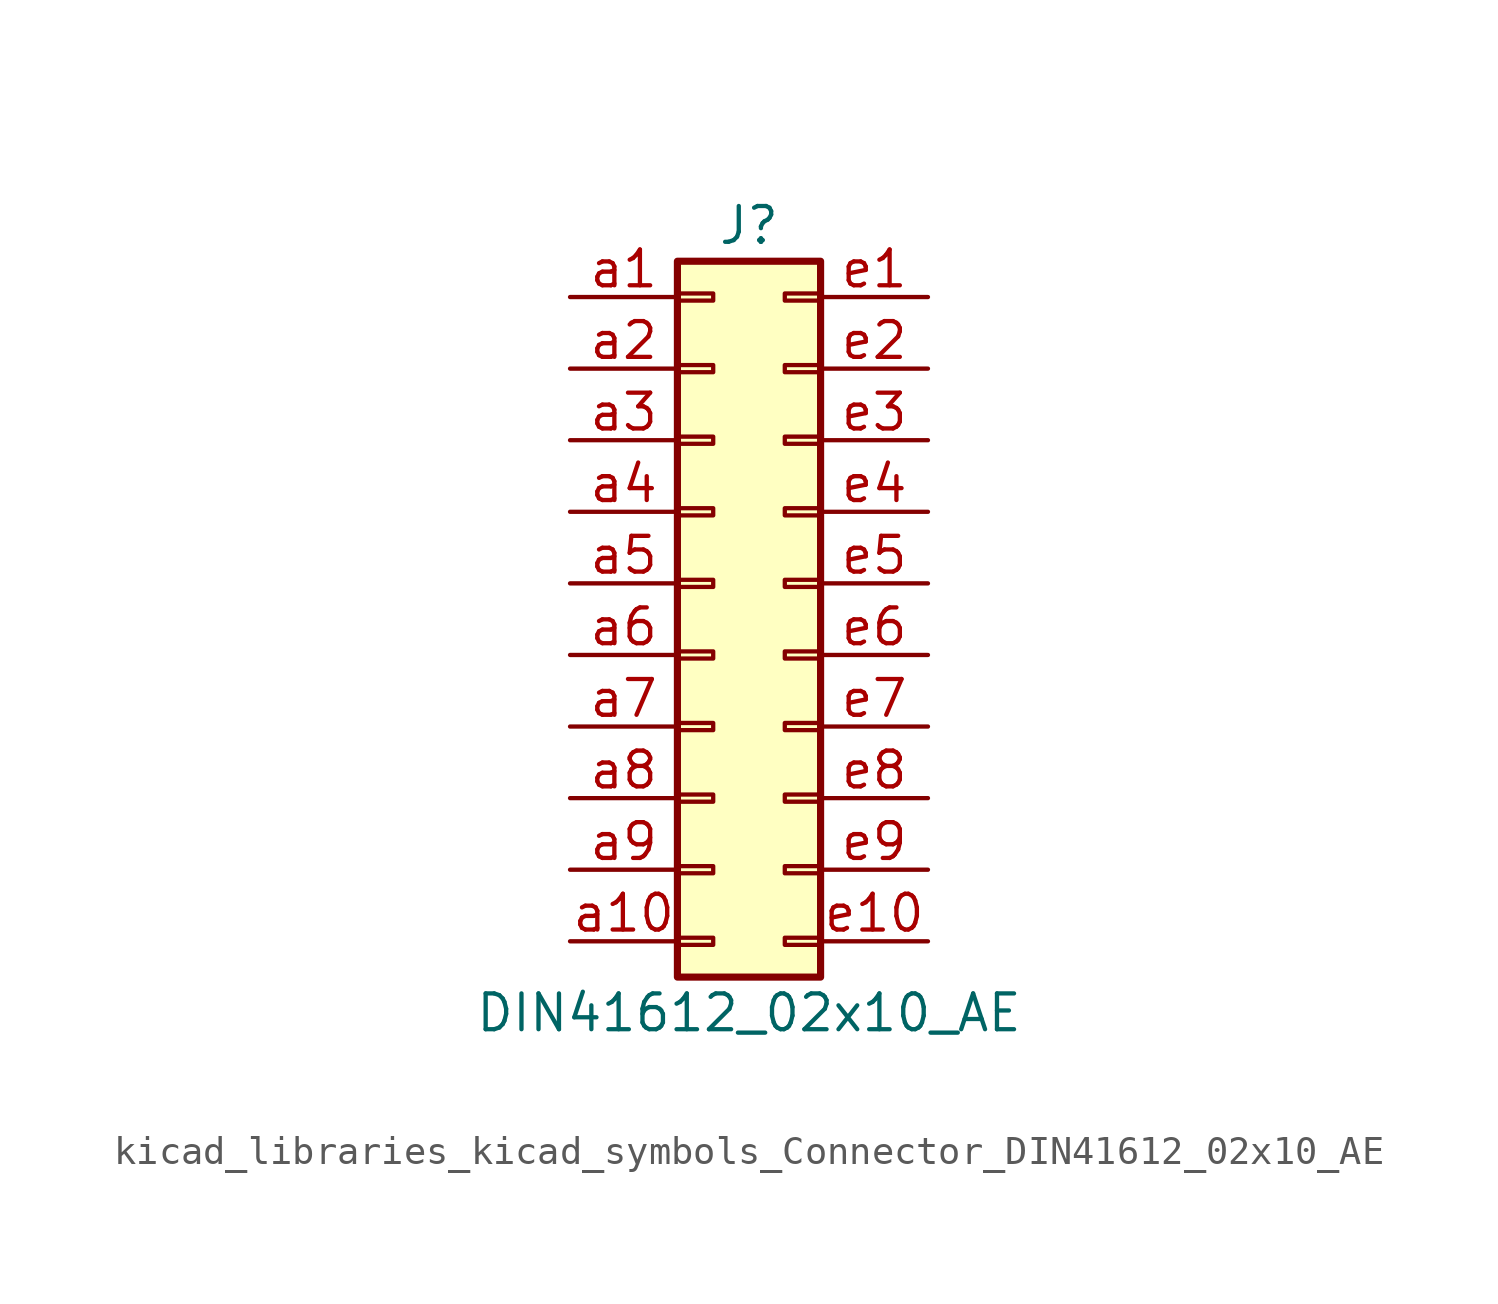
<source format=kicad_sym>
(kicad_symbol_lib
  (version 20220914)
  (generator kicad_symbol_editor)
  (symbol "kicad_libraries_kicad_symbols_Connector_DIN41612_02x10_AE"
    (pin_names
      (offset 1.016) hide)
    (property "Reference" "J"
      (at 1.27 12.7 0)
      (effects (font (size 1.27 1.27))))
    (property "Value" "DIN41612_02x10_AE"
      (at 1.27 -15.24 0)
      (effects (font (size 1.27 1.27))))
    (symbol "kicad_libraries_kicad_symbols_Connector_DIN41612_02x10_AE_1_1"
      (rectangle (start -1.27 -12.573) (end 0 -12.827) (stroke (width 0.152) (type default)) (fill (type none)))
      (rectangle (start -1.27 -10.033) (end 0 -10.287) (stroke (width 0.152) (type default)) (fill (type none)))
      (rectangle (start -1.27 -7.493) (end 0 -7.747) (stroke (width 0.152) (type default)) (fill (type none)))
      (rectangle (start -1.27 -4.953) (end 0 -5.207) (stroke (width 0.152) (type default)) (fill (type none)))
      (rectangle (start -1.27 -2.413) (end 0 -2.667) (stroke (width 0.152) (type default)) (fill (type none)))
      (rectangle (start -1.27 0.127) (end 0 -0.127) (stroke (width 0.152) (type default)) (fill (type none)))
      (rectangle (start -1.27 2.667) (end 0 2.413) (stroke (width 0.152) (type default)) (fill (type none)))
      (rectangle (start -1.27 5.207) (end 0 4.953) (stroke (width 0.152) (type default)) (fill (type none)))
      (rectangle (start -1.27 7.747) (end 0 7.493) (stroke (width 0.152) (type default)) (fill (type none)))
      (rectangle (start -1.27 10.287) (end 0 10.033) (stroke (width 0.152) (type default)) (fill (type none)))
      (rectangle (start -1.27 11.43) (end 3.81 -13.97) (stroke (width 0.254) (type default)) (fill (type background)))
      (rectangle (start 3.81 -12.573) (end 2.54 -12.827) (stroke (width 0.152) (type default)) (fill (type none)))
      (rectangle (start 3.81 -10.033) (end 2.54 -10.287) (stroke (width 0.152) (type default)) (fill (type none)))
      (rectangle (start 3.81 -7.493) (end 2.54 -7.747) (stroke (width 0.152) (type default)) (fill (type none)))
      (rectangle (start 3.81 -4.953) (end 2.54 -5.207) (stroke (width 0.152) (type default)) (fill (type none)))
      (rectangle (start 3.81 -2.413) (end 2.54 -2.667) (stroke (width 0.152) (type default)) (fill (type none)))
      (rectangle (start 3.81 0.127) (end 2.54 -0.127) (stroke (width 0.152) (type default)) (fill (type none)))
      (rectangle (start 3.81 2.667) (end 2.54 2.413) (stroke (width 0.152) (type default)) (fill (type none)))
      (rectangle (start 3.81 5.207) (end 2.54 4.953) (stroke (width 0.152) (type default)) (fill (type none)))
      (rectangle (start 3.81 7.747) (end 2.54 7.493) (stroke (width 0.152) (type default)) (fill (type none)))
      (rectangle (start 3.81 10.287) (end 2.54 10.033) (stroke (width 0.152) (type default)) (fill (type none)))
      (pin passive line (at -5.08 10.16 0) (length 3.81) (name "Pin_a1" (effects (font (size 1.27 1.27)))) (number "a1" (effects (font (size 1.27 1.27)))))
      (pin passive line (at -5.08 -12.7 0) (length 3.81) (name "Pin_a10" (effects (font (size 1.27 1.27)))) (number "a10" (effects (font (size 1.27 1.27)))))
      (pin passive line (at -5.08 7.62 0) (length 3.81) (name "Pin_a2" (effects (font (size 1.27 1.27)))) (number "a2" (effects (font (size 1.27 1.27)))))
      (pin passive line (at -5.08 5.08 0) (length 3.81) (name "Pin_a3" (effects (font (size 1.27 1.27)))) (number "a3" (effects (font (size 1.27 1.27)))))
      (pin passive line (at -5.08 2.54 0) (length 3.81) (name "Pin_a4" (effects (font (size 1.27 1.27)))) (number "a4" (effects (font (size 1.27 1.27)))))
      (pin passive line (at -5.08 0 0) (length 3.81) (name "Pin_a5" (effects (font (size 1.27 1.27)))) (number "a5" (effects (font (size 1.27 1.27)))))
      (pin passive line (at -5.08 -2.54 0) (length 3.81) (name "Pin_a6" (effects (font (size 1.27 1.27)))) (number "a6" (effects (font (size 1.27 1.27)))))
      (pin passive line (at -5.08 -5.08 0) (length 3.81) (name "Pin_a7" (effects (font (size 1.27 1.27)))) (number "a7" (effects (font (size 1.27 1.27)))))
      (pin passive line (at -5.08 -7.62 0) (length 3.81) (name "Pin_a8" (effects (font (size 1.27 1.27)))) (number "a8" (effects (font (size 1.27 1.27)))))
      (pin passive line (at -5.08 -10.16 0) (length 3.81) (name "Pin_a9" (effects (font (size 1.27 1.27)))) (number "a9" (effects (font (size 1.27 1.27)))))
      (pin passive line (at 7.62 10.16 180) (length 3.81) (name "Pin_e1" (effects (font (size 1.27 1.27)))) (number "e1" (effects (font (size 1.27 1.27)))))
      (pin passive line (at 7.62 -12.7 180) (length 3.81) (name "Pin_e10" (effects (font (size 1.27 1.27)))) (number "e10" (effects (font (size 1.27 1.27)))))
      (pin passive line (at 7.62 7.62 180) (length 3.81) (name "Pin_e2" (effects (font (size 1.27 1.27)))) (number "e2" (effects (font (size 1.27 1.27)))))
      (pin passive line (at 7.62 5.08 180) (length 3.81) (name "Pin_e3" (effects (font (size 1.27 1.27)))) (number "e3" (effects (font (size 1.27 1.27)))))
      (pin passive line (at 7.62 2.54 180) (length 3.81) (name "Pin_e4" (effects (font (size 1.27 1.27)))) (number "e4" (effects (font (size 1.27 1.27)))))
      (pin passive line (at 7.62 0 180) (length 3.81) (name "Pin_e5" (effects (font (size 1.27 1.27)))) (number "e5" (effects (font (size 1.27 1.27)))))
      (pin passive line (at 7.62 -2.54 180) (length 3.81) (name "Pin_e6" (effects (font (size 1.27 1.27)))) (number "e6" (effects (font (size 1.27 1.27)))))
      (pin passive line (at 7.62 -5.08 180) (length 3.81) (name "Pin_e7" (effects (font (size 1.27 1.27)))) (number "e7" (effects (font (size 1.27 1.27)))))
      (pin passive line (at 7.62 -7.62 180) (length 3.81) (name "Pin_e8" (effects (font (size 1.27 1.27)))) (number "e8" (effects (font (size 1.27 1.27)))))
      (pin passive line (at 7.62 -10.16 180) (length 3.81) (name "Pin_e9" (effects (font (size 1.27 1.27)))) (number "e9" (effects (font (size 1.27 1.27))))))))
</source>
